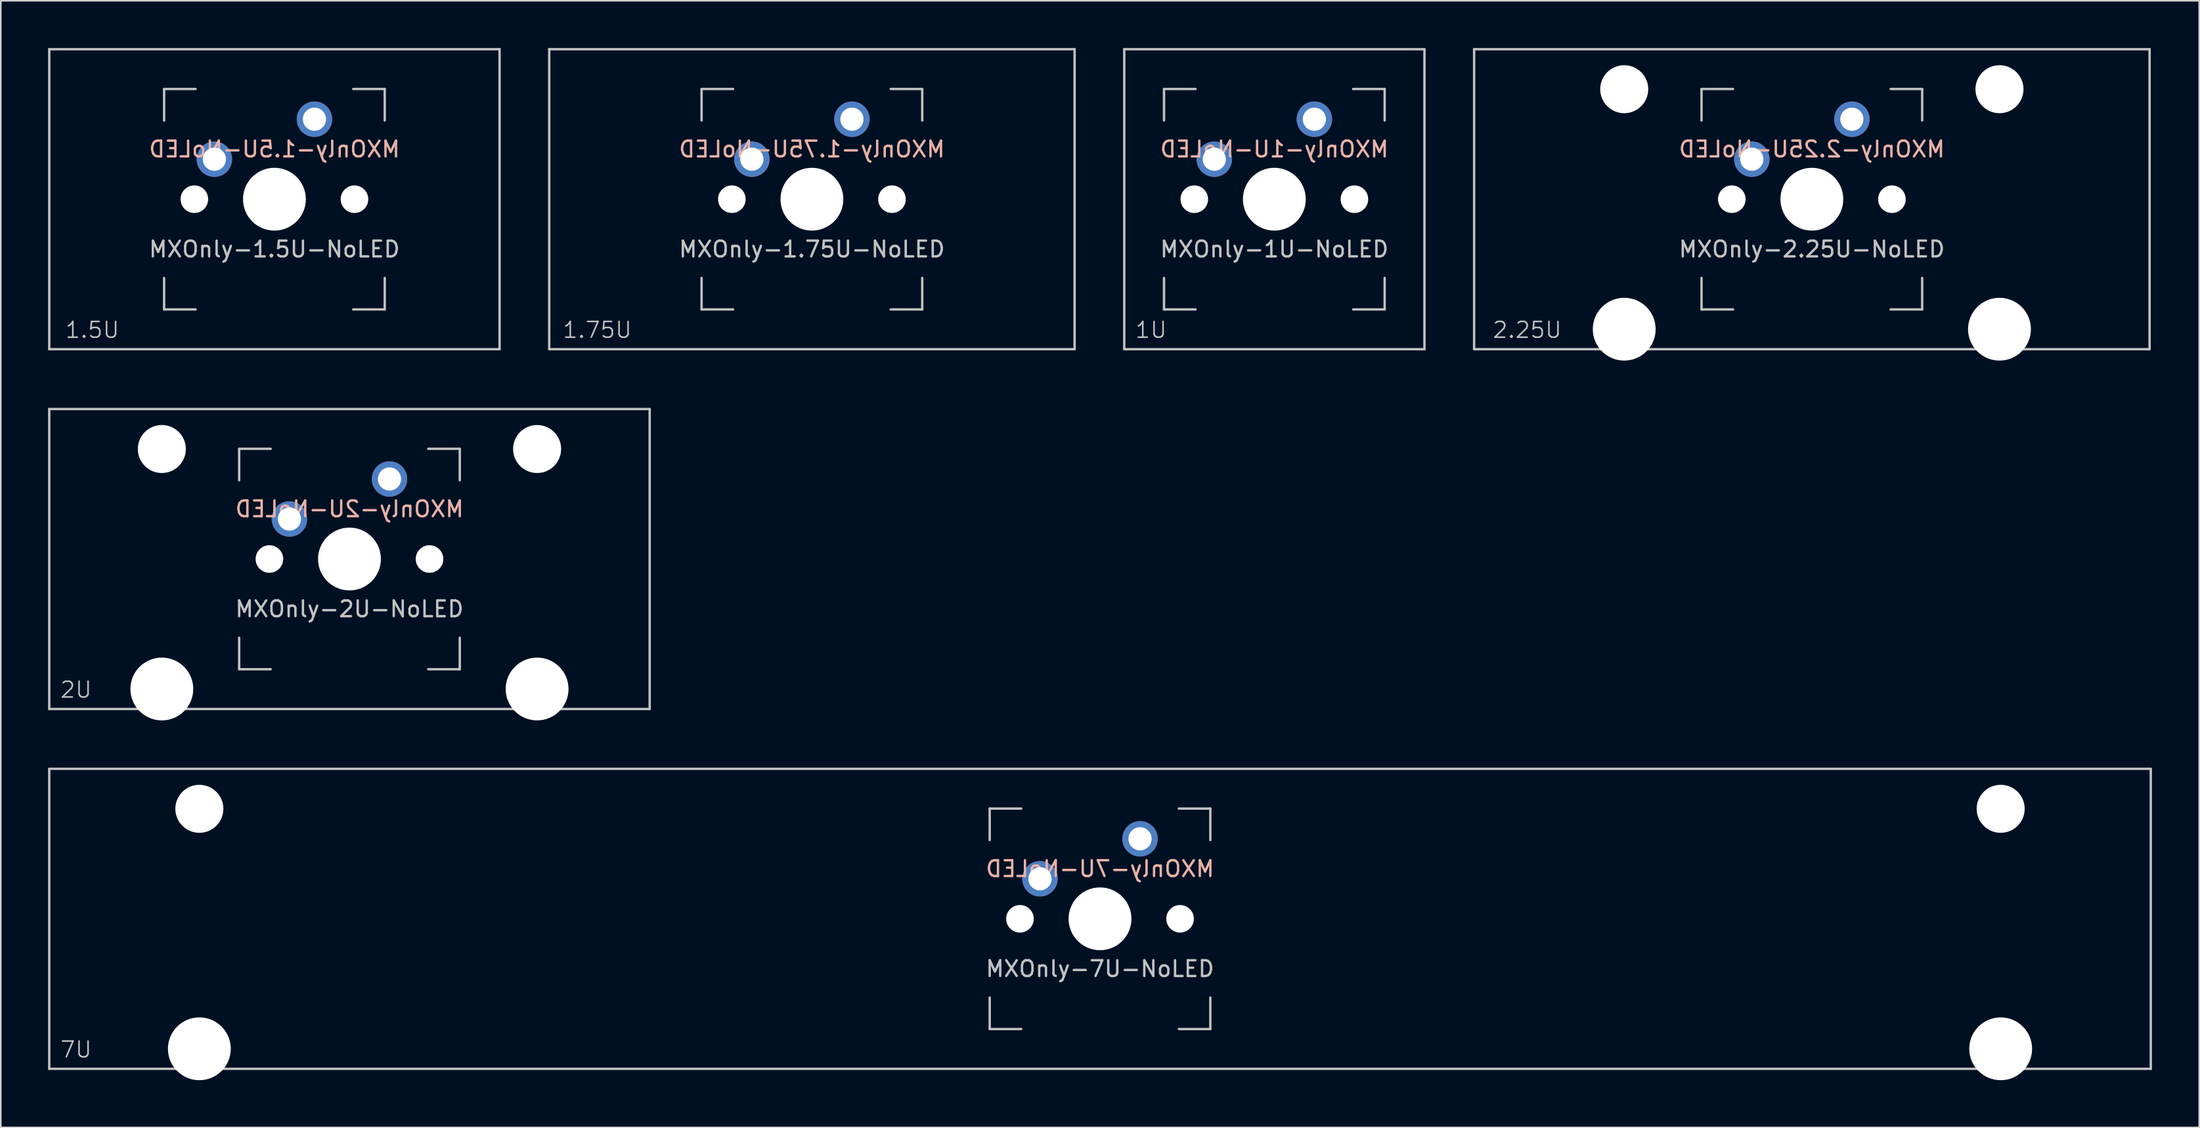
<source format=kicad_pcb>
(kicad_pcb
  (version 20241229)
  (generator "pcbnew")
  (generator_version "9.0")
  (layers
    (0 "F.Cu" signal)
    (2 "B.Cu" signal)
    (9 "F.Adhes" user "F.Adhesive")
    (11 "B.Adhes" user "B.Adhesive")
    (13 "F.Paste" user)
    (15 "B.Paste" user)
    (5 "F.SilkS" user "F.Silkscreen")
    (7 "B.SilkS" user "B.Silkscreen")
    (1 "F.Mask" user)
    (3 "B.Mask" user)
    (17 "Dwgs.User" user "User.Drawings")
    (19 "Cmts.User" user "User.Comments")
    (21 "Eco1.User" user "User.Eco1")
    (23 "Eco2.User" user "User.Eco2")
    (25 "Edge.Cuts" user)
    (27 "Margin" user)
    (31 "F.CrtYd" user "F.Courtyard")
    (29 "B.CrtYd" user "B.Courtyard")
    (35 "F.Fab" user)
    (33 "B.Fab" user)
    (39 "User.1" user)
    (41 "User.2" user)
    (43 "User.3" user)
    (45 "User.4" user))
  (footprint "MXOnly-1U-NoLED"
    (layer "F.Cu")
    (at 77.812 9.6)
    (property "Reference" "MXOnly-1U-NoLED" (at 0 3.175 0) (layer "Dwgs.User") (effects (font (size 1 1) (thickness 0.15))))
    (attr through_hole)
    (fp_line (start -9.525 -9.525) (end 9.525 -9.525) (stroke (width 0.15) (type solid)) (layer "Dwgs.User"))
    (fp_line (start -9.525 9.525) (end -9.525 -9.525) (stroke (width 0.15) (type solid)) (layer "Dwgs.User"))
    (fp_line (start -7 -7) (end -7 -5) (stroke (width 0.15) (type solid)) (layer "Dwgs.User"))
    (fp_line (start -7 5) (end -7 7) (stroke (width 0.15) (type solid)) (layer "Dwgs.User"))
    (fp_line (start -7 7) (end -5 7) (stroke (width 0.15) (type solid)) (layer "Dwgs.User"))
    (fp_line (start -5 -7) (end -7 -7) (stroke (width 0.15) (type solid)) (layer "Dwgs.User"))
    (fp_line (start 5 -7) (end 7 -7) (stroke (width 0.15) (type solid)) (layer "Dwgs.User"))
    (fp_line (start 5 7) (end 7 7) (stroke (width 0.15) (type solid)) (layer "Dwgs.User"))
    (fp_line (start 7 -7) (end 7 -5) (stroke (width 0.15) (type solid)) (layer "Dwgs.User"))
    (fp_line (start 7 7) (end 7 5) (stroke (width 0.15) (type solid)) (layer "Dwgs.User"))
    (fp_line (start 9.525 -9.525) (end 9.525 9.525) (stroke (width 0.15) (type solid)) (layer "Dwgs.User"))
    (fp_line (start 9.525 9.525) (end -9.525 9.525) (stroke (width 0.15) (type solid)) (layer "Dwgs.User"))
    (fp_text user "${REFERENCE}" (at 0 -3.175 0) (unlocked yes) (layer "B.SilkS") (effects (font (size 1 1) (thickness 0.15)) (justify mirror)))
    (fp_text user "1U" (at -8.89 8.89 0) (unlocked yes) (layer "Dwgs.User") (effects (font (size 1 1) (thickness 0.1)) (justify left bottom)))
    (pad "" np_thru_hole circle (at -5.08 0 48.1) (size 1.75 1.75) (drill 1.75) (layers "*.Cu" "*.Mask"))
    (pad "" np_thru_hole circle (at 0 0) (size 3.988 3.988) (drill 3.988) (layers "*.Cu" "*.Mask"))
    (pad "" np_thru_hole circle (at 5.08 0 48.1) (size 1.75 1.75) (drill 1.75) (layers "*.Cu" "*.Mask"))
    (pad "1" thru_hole circle (at -3.81 -2.54) (size 2.25 2.25) (drill 1.47) (layers "*.Cu" "*.Mask"))
    (pad "2" thru_hole circle (at 2.54 -5.08) (size 2.25 2.25) (drill 1.47) (layers "*.Cu" "*.Mask")))
  (footprint "MXOnly-7U-NoLED"
    (layer "F.Cu")
    (at 66.75 55.298)
    (property "Reference" "MXOnly-7U-NoLED" (at 0 3.175 0) (layer "Dwgs.User") (effects (font (size 1 1) (thickness 0.15))))
    (attr through_hole)
    (fp_line (start -66.675 -9.525) (end 66.675 -9.525) (stroke (width 0.15) (type solid)) (layer "Dwgs.User"))
    (fp_line (start -66.675 9.525) (end -66.675 -9.525) (stroke (width 0.15) (type solid)) (layer "Dwgs.User"))
    (fp_line (start -66.675 9.525) (end 66.675 9.525) (stroke (width 0.15) (type solid)) (layer "Dwgs.User"))
    (fp_line (start -7 -7) (end -7 -5) (stroke (width 0.15) (type solid)) (layer "Dwgs.User"))
    (fp_line (start -7 5) (end -7 7) (stroke (width 0.15) (type solid)) (layer "Dwgs.User"))
    (fp_line (start -7 7) (end -5 7) (stroke (width 0.15) (type solid)) (layer "Dwgs.User"))
    (fp_line (start -5 -7) (end -7 -7) (stroke (width 0.15) (type solid)) (layer "Dwgs.User"))
    (fp_line (start 5 -7) (end 7 -7) (stroke (width 0.15) (type solid)) (layer "Dwgs.User"))
    (fp_line (start 5 7) (end 7 7) (stroke (width 0.15) (type solid)) (layer "Dwgs.User"))
    (fp_line (start 7 -7) (end 7 -5) (stroke (width 0.15) (type solid)) (layer "Dwgs.User"))
    (fp_line (start 7 7) (end 7 5) (stroke (width 0.15) (type solid)) (layer "Dwgs.User"))
    (fp_line (start 66.675 -9.525) (end 66.675 9.525) (stroke (width 0.15) (type solid)) (layer "Dwgs.User"))
    (fp_text user "${REFERENCE}" (at 0 -3.175 0) (unlocked yes) (layer "B.SilkS") (effects (font (size 1 1) (thickness 0.15)) (justify mirror)))
    (fp_text user "7U" (at -66.04 8.89 0) (unlocked yes) (layer "Dwgs.User") (effects (font (size 1 1) (thickness 0.1)) (justify left bottom)))
    (pad "" np_thru_hole circle (at -57.15 -6.985) (size 3.048 3.048) (drill 3.048) (layers "*.Cu" "*.Mask"))
    (pad "" np_thru_hole circle (at -57.15 8.255) (size 3.988 3.988) (drill 3.988) (layers "*.Cu" "*.Mask"))
    (pad "" np_thru_hole circle (at -5.08 0 48.1) (size 1.75 1.75) (drill 1.75) (layers "*.Cu" "*.Mask"))
    (pad "" np_thru_hole circle (at 0 0) (size 3.988 3.988) (drill 3.988) (layers "*.Cu" "*.Mask"))
    (pad "" np_thru_hole circle (at 5.08 0 48.1) (size 1.75 1.75) (drill 1.75) (layers "*.Cu" "*.Mask"))
    (pad "" np_thru_hole circle (at 57.15 -6.985) (size 3.048 3.048) (drill 3.048) (layers "*.Cu" "*.Mask"))
    (pad "" np_thru_hole circle (at 57.15 8.255) (size 3.988 3.988) (drill 3.988) (layers "*.Cu" "*.Mask"))
    (pad "1" thru_hole circle (at -3.81 -2.54) (size 2.25 2.25) (drill 1.47) (layers "*.Cu" "*.Mask"))
    (pad "2" thru_hole circle (at 2.54 -5.08) (size 2.25 2.25) (drill 1.47) (layers "*.Cu" "*.Mask")))
  (footprint "MXOnly-1.5U-NoLED"
    (layer "F.Cu")
    (at 14.363 9.6)
    (property "Reference" "MXOnly-1.5U-NoLED" (at 0 3.175 0) (layer "Dwgs.User") (effects (font (size 1 1) (thickness 0.15))))
    (attr through_hole)
    (fp_line (start -14.287 -9.525) (end 14.287 -9.525) (stroke (width 0.15) (type solid)) (layer "Dwgs.User"))
    (fp_line (start -14.287 9.525) (end -14.287 -9.525) (stroke (width 0.15) (type solid)) (layer "Dwgs.User"))
    (fp_line (start -14.287 9.525) (end 14.287 9.525) (stroke (width 0.15) (type solid)) (layer "Dwgs.User"))
    (fp_line (start -7 -7) (end -7 -5) (stroke (width 0.15) (type solid)) (layer "Dwgs.User"))
    (fp_line (start -7 5) (end -7 7) (stroke (width 0.15) (type solid)) (layer "Dwgs.User"))
    (fp_line (start -7 7) (end -5 7) (stroke (width 0.15) (type solid)) (layer "Dwgs.User"))
    (fp_line (start -5 -7) (end -7 -7) (stroke (width 0.15) (type solid)) (layer "Dwgs.User"))
    (fp_line (start 5 -7) (end 7 -7) (stroke (width 0.15) (type solid)) (layer "Dwgs.User"))
    (fp_line (start 5 7) (end 7 7) (stroke (width 0.15) (type solid)) (layer "Dwgs.User"))
    (fp_line (start 7 -7) (end 7 -5) (stroke (width 0.15) (type solid)) (layer "Dwgs.User"))
    (fp_line (start 7 7) (end 7 5) (stroke (width 0.15) (type solid)) (layer "Dwgs.User"))
    (fp_line (start 14.287 -9.525) (end 14.287 9.525) (stroke (width 0.15) (type solid)) (layer "Dwgs.User"))
    (fp_text user "${REFERENCE}" (at 0 -3.175 0) (unlocked yes) (layer "B.SilkS") (effects (font (size 1 1) (thickness 0.15)) (justify mirror)))
    (fp_text user "1.5U" (at -13.335 8.89 0) (unlocked yes) (layer "Dwgs.User") (effects (font (size 1 1) (thickness 0.1)) (justify left bottom)))
    (pad "" np_thru_hole circle (at -5.08 0 48.1) (size 1.75 1.75) (drill 1.75) (layers "*.Cu" "*.Mask"))
    (pad "" np_thru_hole circle (at 0 0) (size 3.988 3.988) (drill 3.988) (layers "*.Cu" "*.Mask"))
    (pad "" np_thru_hole circle (at 5.08 0 48.1) (size 1.75 1.75) (drill 1.75) (layers "*.Cu" "*.Mask"))
    (pad "1" thru_hole circle (at -3.81 -2.54) (size 2.25 2.25) (drill 1.47) (layers "*.Cu" "*.Mask"))
    (pad "2" thru_hole circle (at 2.54 -5.08) (size 2.25 2.25) (drill 1.47) (layers "*.Cu" "*.Mask")))
  (footprint "MXOnly-1.75U-NoLED"
    (layer "F.Cu")
    (at 48.469 9.6)
    (property "Reference" "MXOnly-1.75U-NoLED" (at 0 3.175 0) (layer "Dwgs.User") (effects (font (size 1 1) (thickness 0.15))))
    (attr through_hole)
    (fp_line (start -16.669 -9.525) (end 16.669 -9.525) (stroke (width 0.15) (type solid)) (layer "Dwgs.User"))
    (fp_line (start -16.669 9.525) (end -16.669 -9.525) (stroke (width 0.15) (type solid)) (layer "Dwgs.User"))
    (fp_line (start -16.669 9.525) (end 16.669 9.525) (stroke (width 0.15) (type solid)) (layer "Dwgs.User"))
    (fp_line (start -7 -7) (end -7 -5) (stroke (width 0.15) (type solid)) (layer "Dwgs.User"))
    (fp_line (start -7 5) (end -7 7) (stroke (width 0.15) (type solid)) (layer "Dwgs.User"))
    (fp_line (start -7 7) (end -5 7) (stroke (width 0.15) (type solid)) (layer "Dwgs.User"))
    (fp_line (start -5 -7) (end -7 -7) (stroke (width 0.15) (type solid)) (layer "Dwgs.User"))
    (fp_line (start 5 -7) (end 7 -7) (stroke (width 0.15) (type solid)) (layer "Dwgs.User"))
    (fp_line (start 5 7) (end 7 7) (stroke (width 0.15) (type solid)) (layer "Dwgs.User"))
    (fp_line (start 7 -7) (end 7 -5) (stroke (width 0.15) (type solid)) (layer "Dwgs.User"))
    (fp_line (start 7 7) (end 7 5) (stroke (width 0.15) (type solid)) (layer "Dwgs.User"))
    (fp_line (start 16.669 -9.525) (end 16.669 9.525) (stroke (width 0.15) (type solid)) (layer "Dwgs.User"))
    (fp_text user "${REFERENCE}" (at 0 -3.175 0) (unlocked yes) (layer "B.SilkS") (effects (font (size 1 1) (thickness 0.15)) (justify mirror)))
    (fp_text user "1.75U" (at -15.875 8.89 0) (unlocked yes) (layer "Dwgs.User") (effects (font (size 1 1) (thickness 0.1)) (justify left bottom)))
    (pad "" np_thru_hole circle (at -5.08 0 48.1) (size 1.75 1.75) (drill 1.75) (layers "*.Cu" "*.Mask"))
    (pad "" np_thru_hole circle (at 0 0) (size 3.988 3.988) (drill 3.988) (layers "*.Cu" "*.Mask"))
    (pad "" np_thru_hole circle (at 5.08 0 48.1) (size 1.75 1.75) (drill 1.75) (layers "*.Cu" "*.Mask"))
    (pad "1" thru_hole circle (at -3.81 -2.54) (size 2.25 2.25) (drill 1.47) (layers "*.Cu" "*.Mask"))
    (pad "2" thru_hole circle (at 2.54 -5.08) (size 2.25 2.25) (drill 1.47) (layers "*.Cu" "*.Mask")))
  (footprint "MXOnly-2U-NoLED"
    (layer "F.Cu")
    (at 19.125 32.449)
    (property "Reference" "MXOnly-2U-NoLED" (at 0 3.175 0) (layer "Dwgs.User") (effects (font (size 1 1) (thickness 0.15))))
    (attr through_hole)
    (fp_line (start -19.05 -9.525) (end 19.05 -9.525) (stroke (width 0.15) (type solid)) (layer "Dwgs.User"))
    (fp_line (start -19.05 9.525) (end -19.05 -9.525) (stroke (width 0.15) (type solid)) (layer "Dwgs.User"))
    (fp_line (start -19.05 9.525) (end 19.05 9.525) (stroke (width 0.15) (type solid)) (layer "Dwgs.User"))
    (fp_line (start -7 -7) (end -7 -5) (stroke (width 0.15) (type solid)) (layer "Dwgs.User"))
    (fp_line (start -7 5) (end -7 7) (stroke (width 0.15) (type solid)) (layer "Dwgs.User"))
    (fp_line (start -7 7) (end -5 7) (stroke (width 0.15) (type solid)) (layer "Dwgs.User"))
    (fp_line (start -5 -7) (end -7 -7) (stroke (width 0.15) (type solid)) (layer "Dwgs.User"))
    (fp_line (start 5 -7) (end 7 -7) (stroke (width 0.15) (type solid)) (layer "Dwgs.User"))
    (fp_line (start 5 7) (end 7 7) (stroke (width 0.15) (type solid)) (layer "Dwgs.User"))
    (fp_line (start 7 -7) (end 7 -5) (stroke (width 0.15) (type solid)) (layer "Dwgs.User"))
    (fp_line (start 7 7) (end 7 5) (stroke (width 0.15) (type solid)) (layer "Dwgs.User"))
    (fp_line (start 19.05 -9.525) (end 19.05 9.525) (stroke (width 0.15) (type solid)) (layer "Dwgs.User"))
    (fp_text user "${REFERENCE}" (at 0 -3.175 0) (unlocked yes) (layer "B.SilkS") (effects (font (size 1 1) (thickness 0.15)) (justify mirror)))
    (fp_text user "2U" (at -18.415 8.89 0) (unlocked yes) (layer "Dwgs.User") (effects (font (size 1 1) (thickness 0.1)) (justify left bottom)))
    (pad "" np_thru_hole circle (at -11.906 -6.985) (size 3.048 3.048) (drill 3.048) (layers "*.Cu" "*.Mask"))
    (pad "" np_thru_hole circle (at -11.906 8.255) (size 3.988 3.988) (drill 3.988) (layers "*.Cu" "*.Mask"))
    (pad "" np_thru_hole circle (at -5.08 0 48.1) (size 1.75 1.75) (drill 1.75) (layers "*.Cu" "*.Mask"))
    (pad "" np_thru_hole circle (at 0 0) (size 3.988 3.988) (drill 3.988) (layers "*.Cu" "*.Mask"))
    (pad "" np_thru_hole circle (at 5.08 0 48.1) (size 1.75 1.75) (drill 1.75) (layers "*.Cu" "*.Mask"))
    (pad "" np_thru_hole circle (at 11.906 -6.985) (size 3.048 3.048) (drill 3.048) (layers "*.Cu" "*.Mask"))
    (pad "" np_thru_hole circle (at 11.906 8.255) (size 3.988 3.988) (drill 3.988) (layers "*.Cu" "*.Mask"))
    (pad "1" thru_hole circle (at -3.81 -2.54) (size 2.25 2.25) (drill 1.47) (layers "*.Cu" "*.Mask"))
    (pad "2" thru_hole circle (at 2.54 -5.08) (size 2.25 2.25) (drill 1.47) (layers "*.Cu" "*.Mask")))
  (footprint "MXOnly-2.25U-NoLED"
    (layer "F.Cu")
    (at 111.919 9.6)
    (property "Reference" "MXOnly-2.25U-NoLED" (at 0 3.175 0) (layer "Dwgs.User") (effects (font (size 1 1) (thickness 0.15))))
    (attr through_hole)
    (fp_line (start -21.431 -9.525) (end 21.431 -9.525) (stroke (width 0.15) (type solid)) (layer "Dwgs.User"))
    (fp_line (start -21.431 9.525) (end -21.431 -9.525) (stroke (width 0.15) (type solid)) (layer "Dwgs.User"))
    (fp_line (start -21.431 9.525) (end 21.431 9.525) (stroke (width 0.15) (type solid)) (layer "Dwgs.User"))
    (fp_line (start -7 -7) (end -7 -5) (stroke (width 0.15) (type solid)) (layer "Dwgs.User"))
    (fp_line (start -7 5) (end -7 7) (stroke (width 0.15) (type solid)) (layer "Dwgs.User"))
    (fp_line (start -7 7) (end -5 7) (stroke (width 0.15) (type solid)) (layer "Dwgs.User"))
    (fp_line (start -5 -7) (end -7 -7) (stroke (width 0.15) (type solid)) (layer "Dwgs.User"))
    (fp_line (start 5 -7) (end 7 -7) (stroke (width 0.15) (type solid)) (layer "Dwgs.User"))
    (fp_line (start 5 7) (end 7 7) (stroke (width 0.15) (type solid)) (layer "Dwgs.User"))
    (fp_line (start 7 -7) (end 7 -5) (stroke (width 0.15) (type solid)) (layer "Dwgs.User"))
    (fp_line (start 7 7) (end 7 5) (stroke (width 0.15) (type solid)) (layer "Dwgs.User"))
    (fp_line (start 21.431 -9.525) (end 21.431 9.525) (stroke (width 0.15) (type solid)) (layer "Dwgs.User"))
    (fp_text user "${REFERENCE}" (at 0 -3.175 0) (unlocked yes) (layer "B.SilkS") (effects (font (size 1 1) (thickness 0.15)) (justify mirror)))
    (fp_text user "2.25U" (at -20.32 8.89 0) (unlocked yes) (layer "Dwgs.User") (effects (font (size 1 1) (thickness 0.1)) (justify left bottom)))
    (pad "" np_thru_hole circle (at -11.906 -6.985) (size 3.048 3.048) (drill 3.048) (layers "*.Cu" "*.Mask"))
    (pad "" np_thru_hole circle (at -11.906 8.255) (size 3.988 3.988) (drill 3.988) (layers "*.Cu" "*.Mask"))
    (pad "" np_thru_hole circle (at -5.08 0 48.1) (size 1.75 1.75) (drill 1.75) (layers "*.Cu" "*.Mask"))
    (pad "" np_thru_hole circle (at 0 0) (size 3.988 3.988) (drill 3.988) (layers "*.Cu" "*.Mask"))
    (pad "" np_thru_hole circle (at 5.08 0 48.1) (size 1.75 1.75) (drill 1.75) (layers "*.Cu" "*.Mask"))
    (pad "" np_thru_hole circle (at 11.906 -6.985) (size 3.048 3.048) (drill 3.048) (layers "*.Cu" "*.Mask"))
    (pad "" np_thru_hole circle (at 11.906 8.255) (size 3.988 3.988) (drill 3.988) (layers "*.Cu" "*.Mask"))
    (pad "1" thru_hole circle (at -3.81 -2.54) (size 2.25 2.25) (drill 1.47) (layers "*.Cu" "*.Mask"))
    (pad "2" thru_hole circle (at 2.54 -5.08) (size 2.25 2.25) (drill 1.47) (layers "*.Cu" "*.Mask")))
  (gr_rect
    (start -3 -3)
    (end 136.5 68.547)
    (stroke (width 0.1) (type default))
    (fill no)
    (layer "Edge.Cuts")))
</source>
